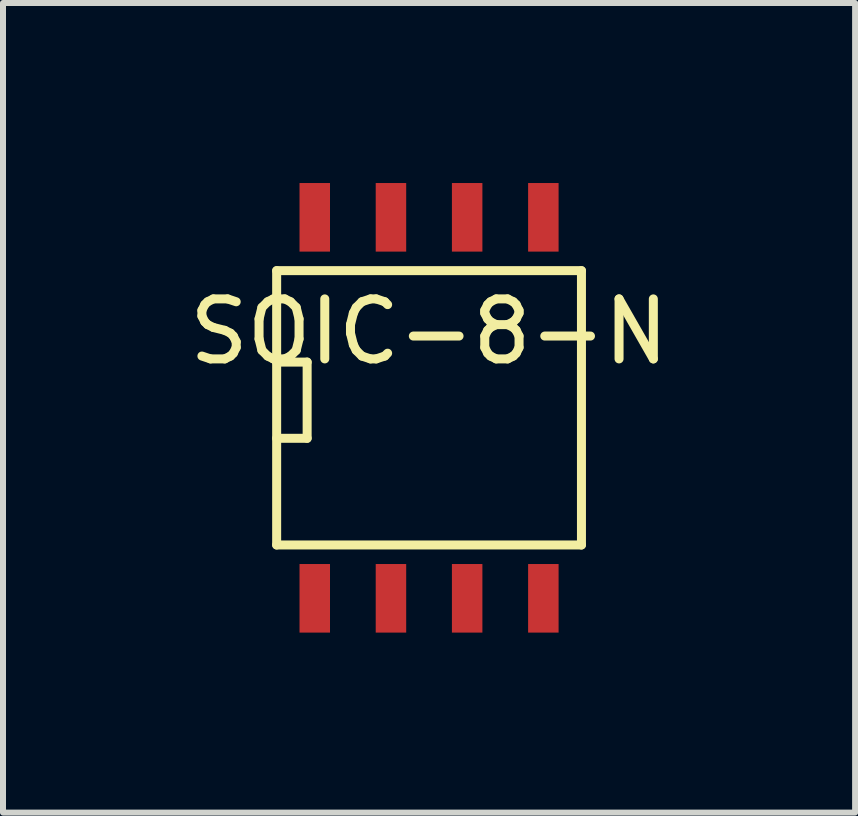
<source format=kicad_pcb>
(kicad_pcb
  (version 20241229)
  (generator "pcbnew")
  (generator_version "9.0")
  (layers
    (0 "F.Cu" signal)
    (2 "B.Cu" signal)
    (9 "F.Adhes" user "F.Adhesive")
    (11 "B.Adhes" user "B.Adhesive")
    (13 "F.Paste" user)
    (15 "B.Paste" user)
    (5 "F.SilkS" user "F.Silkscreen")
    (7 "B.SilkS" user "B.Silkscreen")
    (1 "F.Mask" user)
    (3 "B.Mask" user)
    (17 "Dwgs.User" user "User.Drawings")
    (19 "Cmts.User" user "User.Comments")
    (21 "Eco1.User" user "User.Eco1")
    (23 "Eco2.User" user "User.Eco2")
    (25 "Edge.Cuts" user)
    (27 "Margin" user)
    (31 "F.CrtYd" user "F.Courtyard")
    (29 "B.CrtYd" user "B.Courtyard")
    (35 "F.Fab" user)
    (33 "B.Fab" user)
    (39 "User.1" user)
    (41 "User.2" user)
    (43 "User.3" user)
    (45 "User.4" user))
  (footprint "SOIC-8-N"
    (layer "F.Cu")
    (at 4.101 3.747)
    (property "Reference" "SOIC-8-N" (at 0 -1.27 0) (layer "F.SilkS") (effects (font (size 1 1) (thickness 0.15))))
    (attr smd)
    (fp_line (start -2.54 -2.286) (end 2.54 -2.286) (stroke (width 0.15) (type solid)) (layer "F.SilkS"))
    (fp_line (start -2.54 -0.762) (end -2.032 -0.762) (stroke (width 0.15) (type solid)) (layer "F.SilkS"))
    (fp_line (start -2.54 2.286) (end -2.54 -2.286) (stroke (width 0.15) (type solid)) (layer "F.SilkS"))
    (fp_line (start -2.032 -0.762) (end -2.032 0.508) (stroke (width 0.15) (type solid)) (layer "F.SilkS"))
    (fp_line (start -2.032 0.508) (end -2.54 0.508) (stroke (width 0.15) (type solid)) (layer "F.SilkS"))
    (fp_line (start 2.54 -2.286) (end 2.54 2.286) (stroke (width 0.15) (type solid)) (layer "F.SilkS"))
    (fp_line (start 2.54 2.286) (end -2.54 2.286) (stroke (width 0.15) (type solid)) (layer "F.SilkS"))
    (pad "1" smd rect (at -0.635 3.175) (size 0.508 1.143) (layers "F.Cu" "F.Mask" "F.Paste"))
    (pad "2" smd rect (at -1.905 3.175) (size 0.508 1.143) (layers "F.Cu" "F.Mask" "F.Paste"))
    (pad "3" smd rect (at 1.905 3.175) (size 0.508 1.143) (layers "F.Cu" "F.Mask" "F.Paste"))
    (pad "4" smd rect (at 0.635 3.175) (size 0.508 1.143) (layers "F.Cu" "F.Mask" "F.Paste"))
    (pad "5" smd rect (at 1.905 -3.175) (size 0.508 1.143) (layers "F.Cu" "F.Mask" "F.Paste"))
    (pad "6" smd rect (at 0.635 -3.175) (size 0.508 1.143) (layers "F.Cu" "F.Mask" "F.Paste"))
    (pad "7" smd rect (at -0.635 -3.175) (size 0.508 1.143) (layers "F.Cu" "F.Mask" "F.Paste"))
    (pad "8" smd rect (at -1.905 -3.175) (size 0.508 1.143) (layers "F.Cu" "F.Mask" "F.Paste")))
  (gr_rect
    (start -3 -3)
    (end 11.202 10.493)
    (stroke (width 0.1) (type default))
    (fill no)
    (layer "Edge.Cuts")))
</source>
